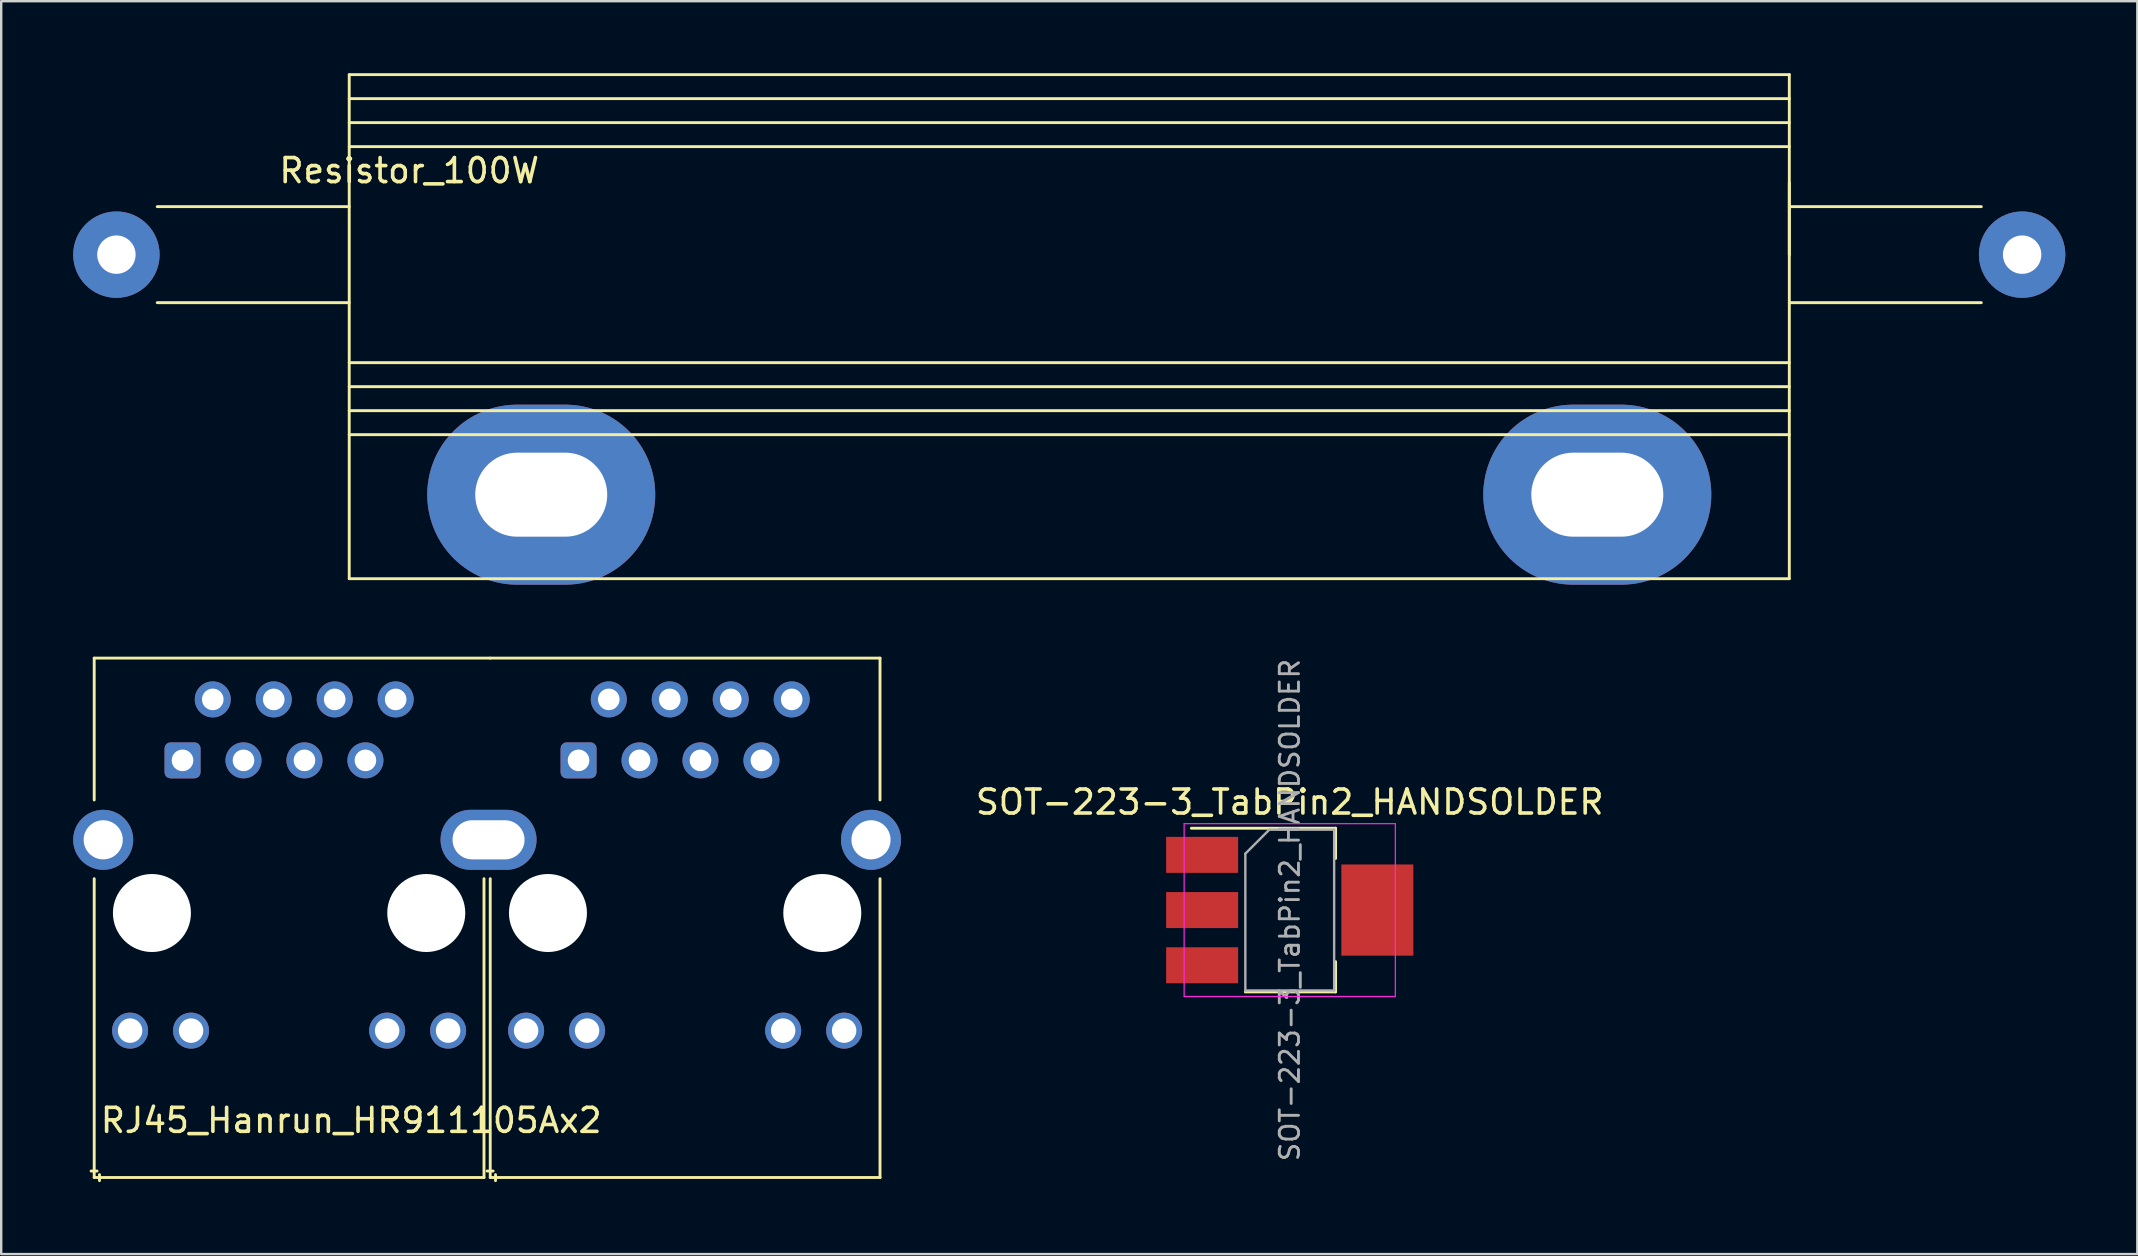
<source format=kicad_pcb>
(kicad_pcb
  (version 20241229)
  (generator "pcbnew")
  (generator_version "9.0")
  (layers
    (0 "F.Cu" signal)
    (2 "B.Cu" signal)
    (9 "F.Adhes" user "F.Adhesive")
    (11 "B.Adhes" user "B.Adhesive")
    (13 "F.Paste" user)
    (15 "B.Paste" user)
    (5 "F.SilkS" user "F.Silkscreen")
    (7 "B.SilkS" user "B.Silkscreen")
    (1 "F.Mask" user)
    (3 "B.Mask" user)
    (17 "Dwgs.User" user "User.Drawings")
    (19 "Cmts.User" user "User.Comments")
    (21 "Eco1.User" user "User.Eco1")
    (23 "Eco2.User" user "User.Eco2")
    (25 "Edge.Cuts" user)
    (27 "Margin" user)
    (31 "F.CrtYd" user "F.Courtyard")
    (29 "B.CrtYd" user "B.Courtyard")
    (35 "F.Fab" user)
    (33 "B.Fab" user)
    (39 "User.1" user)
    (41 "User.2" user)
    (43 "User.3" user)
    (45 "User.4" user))
  (footprint "SOT-223-3_TabPin2_HANDSOLDER"
    (layer "F.Cu")
    (at 50.686 34.867)
    (property "Reference" "SOT-223-3_TabPin2_HANDSOLDER" (at 0 -4.5 0) (layer "F.SilkS") (effects (font (size 1 1) (thickness 0.15))))
    (attr smd)
    (fp_line (start -4.1 -3.41) (end 1.91 -3.41) (stroke (width 0.12) (type solid)) (layer "F.SilkS"))
    (fp_line (start -1.85 3.41) (end 1.91 3.41) (stroke (width 0.12) (type solid)) (layer "F.SilkS"))
    (fp_line (start 1.91 -3.41) (end 1.91 -2.15) (stroke (width 0.12) (type solid)) (layer "F.SilkS"))
    (fp_line (start 1.91 3.41) (end 1.91 2.15) (stroke (width 0.12) (type solid)) (layer "F.SilkS"))
    (fp_line (start -4.4 -3.6) (end -4.4 3.6) (stroke (width 0.05) (type solid)) (layer "F.CrtYd"))
    (fp_line (start -4.4 3.6) (end 4.4 3.6) (stroke (width 0.05) (type solid)) (layer "F.CrtYd"))
    (fp_line (start 4.4 -3.6) (end -4.4 -3.6) (stroke (width 0.05) (type solid)) (layer "F.CrtYd"))
    (fp_line (start 4.4 3.6) (end 4.4 -3.6) (stroke (width 0.05) (type solid)) (layer "F.CrtYd"))
    (fp_line (start -1.85 -2.35) (end -1.85 3.35) (stroke (width 0.1) (type solid)) (layer "F.Fab"))
    (fp_line (start -1.85 -2.35) (end -0.85 -3.35) (stroke (width 0.1) (type solid)) (layer "F.Fab"))
    (fp_line (start -1.85 3.35) (end 1.85 3.35) (stroke (width 0.1) (type solid)) (layer "F.Fab"))
    (fp_line (start -0.85 -3.35) (end 1.85 -3.35) (stroke (width 0.1) (type solid)) (layer "F.Fab"))
    (fp_line (start 1.85 -3.35) (end 1.85 3.35) (stroke (width 0.1) (type solid)) (layer "F.Fab"))
    (fp_text user "${REFERENCE}" (at 0 0 90) (layer "F.Fab") (effects (font (size 0.8 0.8) (thickness 0.12))))
    (pad "1" smd rect (at -3.65 -2.3) (size 3 1.5) (layers "F.Cu" "F.Mask" "F.Paste"))
    (pad "2" smd rect (at -3.65 0) (size 3 1.5) (layers "F.Cu" "F.Mask" "F.Paste"))
    (pad "2" smd rect (at 3.65 0) (size 3 3.8) (layers "F.Cu" "F.Mask" "F.Paste"))
    (pad "3" smd rect (at -3.65 2.3) (size 3 1.5) (layers "F.Cu" "F.Mask" "F.Paste")))
  (footprint "Resistor_100W"
    (layer "F.Cu")
    (at 41.5 7.56)
    (property "Reference" "Resistor_100W" (at -27.5 -3.5 0) (layer "F.SilkS") (effects (font (size 1 1) (thickness 0.15))))
    (attr through_hole)
    (fp_line (start -38 -2) (end -30 -2) (stroke (width 0.12) (type solid)) (layer "F.SilkS"))
    (fp_line (start -30 -7.5) (end 30 -7.5) (stroke (width 0.12) (type solid)) (layer "F.SilkS"))
    (fp_line (start -30 -4.5) (end 30 -4.5) (stroke (width 0.12) (type solid)) (layer "F.SilkS"))
    (fp_line (start -30 2) (end -38 2) (stroke (width 0.12) (type solid)) (layer "F.SilkS"))
    (fp_line (start -30 4.5) (end 30 4.5) (stroke (width 0.12) (type solid)) (layer "F.SilkS"))
    (fp_line (start -30 5.5) (end 30 5.5) (stroke (width 0.12) (type solid)) (layer "F.SilkS"))
    (fp_line (start -30 6.5) (end 30 6.5) (stroke (width 0.12) (type solid)) (layer "F.SilkS"))
    (fp_line (start -30 7.5) (end 30 7.5) (stroke (width 0.12) (type solid)) (layer "F.SilkS"))
    (fp_line (start -30 13.5) (end -30 -7.5) (stroke (width 0.12) (type solid)) (layer "F.SilkS"))
    (fp_line (start 30 -7.5) (end 30 13.5) (stroke (width 0.12) (type solid)) (layer "F.SilkS"))
    (fp_line (start 30 -6.5) (end -30 -6.5) (stroke (width 0.12) (type solid)) (layer "F.SilkS"))
    (fp_line (start 30 -5.5) (end -30 -5.5) (stroke (width 0.12) (type solid)) (layer "F.SilkS"))
    (fp_line (start 30 -2) (end 38 -2) (stroke (width 0.12) (type solid)) (layer "F.SilkS"))
    (fp_line (start 30 0) (end 30 -3) (stroke (width 0.12) (type solid)) (layer "F.SilkS"))
    (fp_line (start 30 13.5) (end -30 13.5) (stroke (width 0.12) (type solid)) (layer "F.SilkS"))
    (fp_line (start 38 2) (end 30 2) (stroke (width 0.12) (type solid)) (layer "F.SilkS"))
    (pad "" np_thru_hole oval (at -22 10) (size 9.5 7.5) (drill oval 5.5 3.5) (layers "*.Cu" "*.Mask"))
    (pad "" np_thru_hole oval (at 22 10) (size 9.5 7.5) (drill oval 5.5 3.5) (layers "*.Cu" "*.Mask"))
    (pad "1" thru_hole circle (at -39.7 0) (size 3.6 3.6) (drill 1.6) (layers "*.Cu" "*.Mask"))
    (pad "2" thru_hole circle (at 39.7 0) (size 3.6 3.6) (drill 1.6) (layers "*.Cu" "*.Mask")))
  (footprint "RJ45_Hanrun_HR911105Ax2"
    (layer "F.Cu")
    (at 4.555 28.63)
    (property "Reference" "RJ45_Hanrun_HR911105Ax2" (at -3.5 15 0) (layer "F.SilkS") (effects (font (size 1 1) (thickness 0.15)) (justify left)))
    (attr through_hole)
    (fp_line (start -3.68 -4.26) (end -3.68 1.65) (stroke (width 0.12) (type solid)) (layer "F.SilkS"))
    (fp_line (start -3.68 -4.26) (end 12.82 -4.26) (stroke (width 0.12) (type solid)) (layer "F.SilkS"))
    (fp_line (start -3.68 4.93) (end -3.68 17.38) (stroke (width 0.12) (type solid)) (layer "F.SilkS"))
    (fp_line (start -3.56 17.11) (end -3.81 17.11) (stroke (width 0.12) (type solid)) (layer "F.SilkS"))
    (fp_line (start -3.46 17.26) (end -3.46 17.51) (stroke (width 0.12) (type solid)) (layer "F.SilkS"))
    (fp_line (start 12.56 4.93) (end 12.56 17.38) (stroke (width 0.12) (type solid)) (layer "F.SilkS"))
    (fp_line (start 12.56 17.38) (end -3.68 17.38) (stroke (width 0.12) (type solid)) (layer "F.SilkS"))
    (fp_line (start 12.82 -4.26) (end 29.06 -4.26) (stroke (width 0.12) (type solid)) (layer "F.SilkS"))
    (fp_line (start 12.82 4.93) (end 12.82 17.38) (stroke (width 0.12) (type solid)) (layer "F.SilkS"))
    (fp_line (start 12.94 17.11) (end 12.69 17.11) (stroke (width 0.12) (type solid)) (layer "F.SilkS"))
    (fp_line (start 13.04 17.26) (end 13.04 17.51) (stroke (width 0.12) (type solid)) (layer "F.SilkS"))
    (fp_line (start 29.06 -4.26) (end 29.06 1.65) (stroke (width 0.12) (type solid)) (layer "F.SilkS"))
    (fp_line (start 29.06 4.93) (end 29.06 17.38) (stroke (width 0.12) (type solid)) (layer "F.SilkS"))
    (fp_line (start 29.06 17.38) (end 12.82 17.38) (stroke (width 0.12) (type solid)) (layer "F.SilkS"))
    (fp_line (start 11.69 3.93) (end 11.69 2.65) (stroke (width 0.05) (type solid)) (layer "F.CrtYd"))
    (fp_line (start 13.69 3.93) (end 13.69 2.65) (stroke (width 0.05) (type solid)) (layer "F.CrtYd"))
    (pad "" np_thru_hole circle (at -1.275 6.36) (size 3.25 3.25) (drill 3.25) (layers "*.Cu" "*.Mask"))
    (pad "" np_thru_hole circle (at 10.155 6.36) (size 3.25 3.25) (drill 3.25) (layers "*.Cu" "*.Mask"))
    (pad "" np_thru_hole circle (at 15.225 6.36) (size 3.25 3.25) (drill 3.25) (layers "*.Cu" "*.Mask"))
    (pad "" np_thru_hole circle (at 26.655 6.36) (size 3.25 3.25) (drill 3.25) (layers "*.Cu" "*.Mask"))
    (pad "1" thru_hole roundrect (at 0 0) (size 1.5 1.5) (drill 0.9) (layers "*.Cu" "*.Mask") (roundrect_rratio 0.167))
    (pad "2" thru_hole circle (at 1.26 -2.54) (size 1.5 1.5) (drill 0.9) (layers "*.Cu" "*.Mask"))
    (pad "3" thru_hole circle (at 2.54 0) (size 1.5 1.5) (drill 0.9) (layers "*.Cu" "*.Mask"))
    (pad "4" thru_hole circle (at 3.8 -2.54) (size 1.5 1.5) (drill 0.9) (layers "*.Cu" "*.Mask"))
    (pad "5" thru_hole circle (at 5.08 0) (size 1.5 1.5) (drill 0.9) (layers "*.Cu" "*.Mask"))
    (pad "6" thru_hole circle (at 6.34 -2.54 90) (size 1.5 1.5) (drill 0.9) (layers "*.Cu" "*.Mask"))
    (pad "7" thru_hole circle (at 7.62 0) (size 1.5 1.5) (drill 0.9) (layers "*.Cu" "*.Mask"))
    (pad "8" thru_hole circle (at 8.88 -2.54) (size 1.5 1.5) (drill 0.9) (layers "*.Cu" "*.Mask"))
    (pad "9" thru_hole circle (at -2.185 11.26) (size 1.5 1.5) (drill 1.02) (layers "*.Cu" "*.Mask"))
    (pad "10" thru_hole circle (at 0.355 11.26) (size 1.5 1.5) (drill 1.02) (layers "*.Cu" "*.Mask"))
    (pad "11" thru_hole circle (at 8.525 11.26) (size 1.5 1.5) (drill 1.02) (layers "*.Cu" "*.Mask"))
    (pad "12" thru_hole circle (at 11.065 11.26) (size 1.5 1.5) (drill 1.02) (layers "*.Cu" "*.Mask"))
    (pad "13" thru_hole roundrect (at 16.5 0) (size 1.5 1.5) (drill 0.9) (layers "*.Cu" "*.Mask") (roundrect_rratio 0.167))
    (pad "14" thru_hole circle (at 17.76 -2.54) (size 1.5 1.5) (drill 0.9) (layers "*.Cu" "*.Mask"))
    (pad "15" thru_hole circle (at 19.04 0) (size 1.5 1.5) (drill 0.9) (layers "*.Cu" "*.Mask"))
    (pad "16" thru_hole circle (at 20.3 -2.54) (size 1.5 1.5) (drill 0.9) (layers "*.Cu" "*.Mask"))
    (pad "17" thru_hole circle (at 21.58 0) (size 1.5 1.5) (drill 0.9) (layers "*.Cu" "*.Mask"))
    (pad "18" thru_hole circle (at 22.84 -2.54 90) (size 1.5 1.5) (drill 0.9) (layers "*.Cu" "*.Mask"))
    (pad "19" thru_hole circle (at 24.12 0) (size 1.5 1.5) (drill 0.9) (layers "*.Cu" "*.Mask"))
    (pad "20" thru_hole circle (at 25.38 -2.54) (size 1.5 1.5) (drill 0.9) (layers "*.Cu" "*.Mask"))
    (pad "21" thru_hole circle (at 14.315 11.26) (size 1.5 1.5) (drill 1.02) (layers "*.Cu" "*.Mask"))
    (pad "22" thru_hole circle (at 16.855 11.26) (size 1.5 1.5) (drill 1.02) (layers "*.Cu" "*.Mask"))
    (pad "23" thru_hole circle (at 25.025 11.26) (size 1.5 1.5) (drill 1.02) (layers "*.Cu" "*.Mask"))
    (pad "24" thru_hole circle (at 27.565 11.26) (size 1.5 1.5) (drill 1.02) (layers "*.Cu" "*.Mask"))
    (pad "SH" thru_hole circle (at -3.305 3.31) (size 2.5 2.5) (drill 1.63) (layers "*.Cu" "*.Mask"))
    (pad "SH" thru_hole oval (at 12.75 3.31) (size 4 2.5) (drill oval 3 1.63) (layers "*.Cu" "*.Mask"))
    (pad "SH" thru_hole circle (at 28.685 3.31) (size 2.5 2.5) (drill 1.63) (layers "*.Cu" "*.Mask")))
  (gr_rect
    (start -3 -3)
    (end 86 49.2)
    (stroke (width 0.1) (type default))
    (fill no)
    (layer "Edge.Cuts")))
</source>
